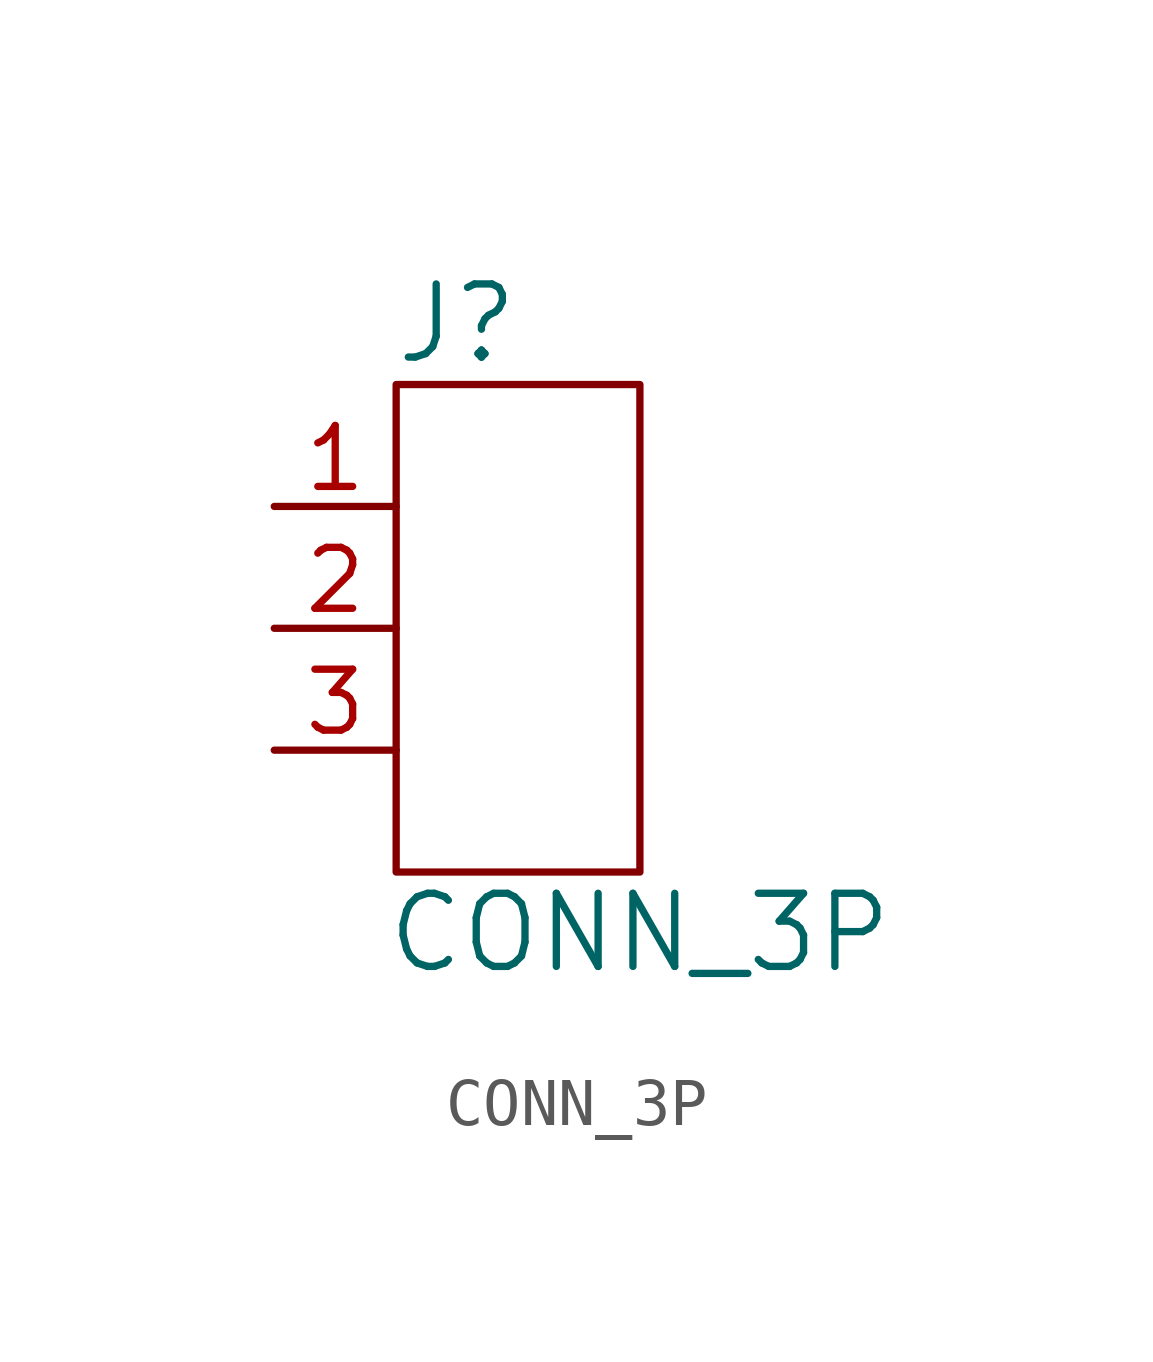
<source format=kicad_sym>
(kicad_symbol_lib
  (version 20211014)
  (generator kicad_symbol_editor)
  (symbol "CONN_3P"
    (pin_names
      (offset 1.016) hide)
    (property "Reference" "J"
      (at -1.27 6.35 0)
      (effects (font (size 1.524 1.524))))
    (property "Value" "CONN_3P"
      (at 2.54 -6.35 0)
      (effects (font (size 1.524 1.524))))
    (property "Footprint" ""
      (at 0 0 0)
      (effects (font (size 1.524 1.524))))
    (property "Datasheet" ""
      (at 0 0 0)
      (effects (font (size 1.524 1.524))))
    (symbol "CONN_3P_0_1"
      (rectangle (start -2.54 5.08) (end 2.54 -5.08) (stroke (width 0) (type default) (color 0 0 0 0)) (fill (type none))))
    (symbol "CONN_3P_1_1"
      (pin passive line (at -5.08 2.54 0) (length 2.54) (name "1" (effects (font (size 1.27 1.27)))) (number "1" (effects (font (size 1.27 1.27)))))
      (pin passive line (at -5.08 0 0) (length 2.54) (name "2" (effects (font (size 1.27 1.27)))) (number "2" (effects (font (size 1.27 1.27)))))
      (pin passive line (at -5.08 -2.54 0) (length 2.54) (name "3" (effects (font (size 1.27 1.27)))) (number "3" (effects (font (size 1.27 1.27))))))))
</source>
